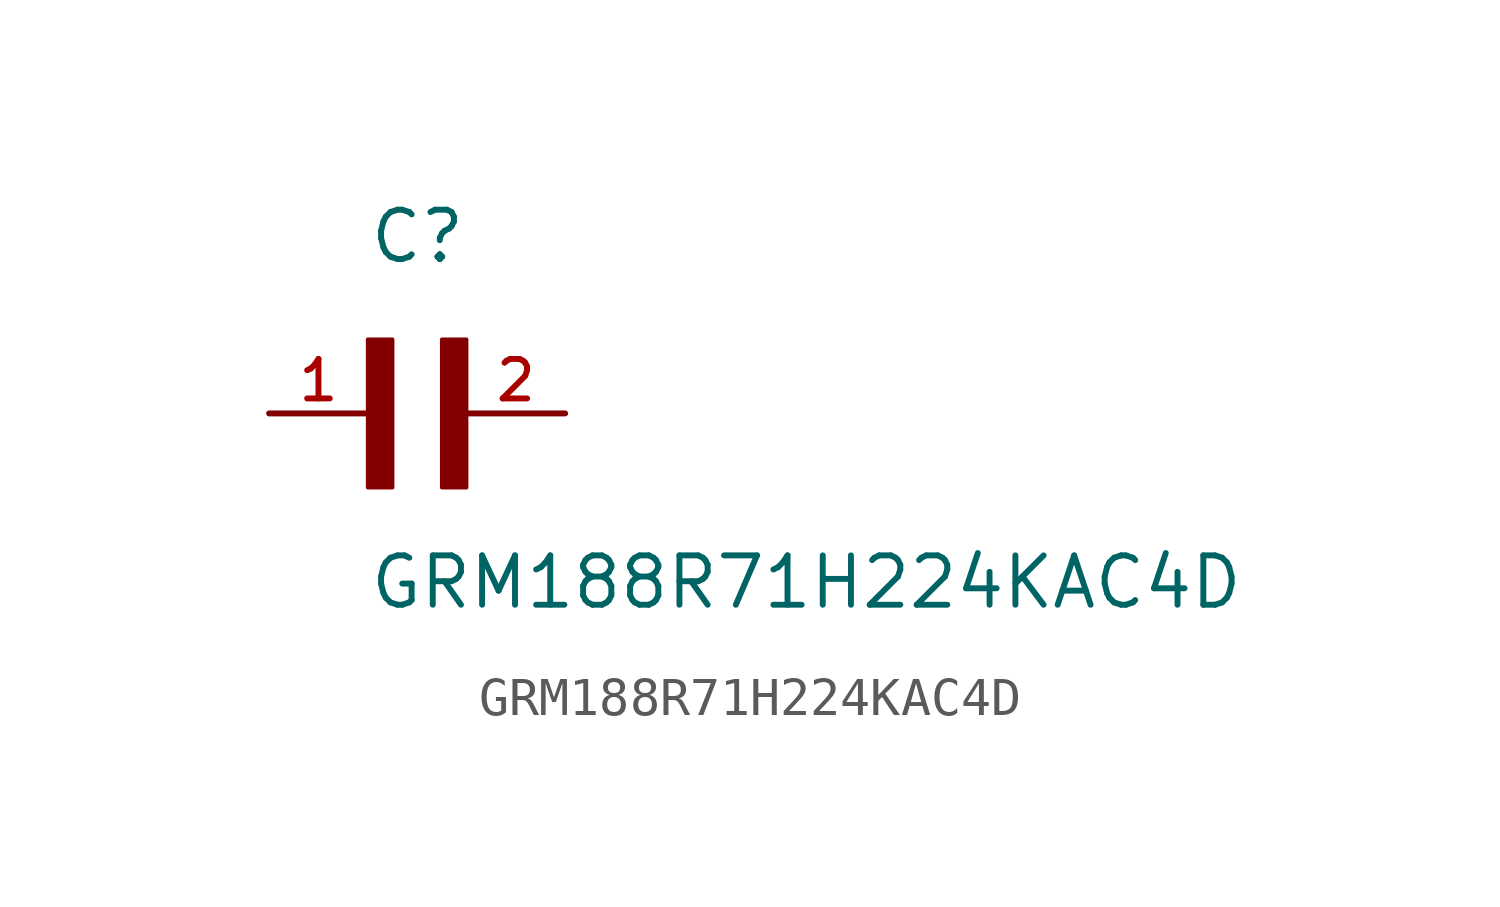
<source format=kicad_sym>
(kicad_symbol_lib
  (version 20211014)
  (generator kicad_symbol_editor)
  (symbol "GRM188R71H224KAC4D"
    (pin_names
      (offset 1.016))
    (property "Reference" "C"
      (at 0.0 3.811 0)
      (effects (font (size 1.27 1.27)) (justify bottom left)))
    (property "Value" "GRM188R71H224KAC4D"
      (at 0.0 -5.088 0)
      (effects (font (size 1.27 1.27)) (justify bottom left)))
    (symbol "GRM188R71H224KAC4D_0_0"
      (rectangle (start 0.0 -1.907) (end 0.635 1.905) (stroke (width 0.1)) (fill (type outline)))
      (rectangle (start 1.907 -1.907) (end 2.54 1.905) (stroke (width 0.1)) (fill (type outline)))
      (pin passive line (at 5.08 0.0 180.0) (length 2.54) (name "~" (effects (font (size 1.016 1.016)))) (number "2" (effects (font (size 1.016 1.016)))))
      (pin passive line (at -2.54 0.0 0) (length 2.54) (name "~" (effects (font (size 1.016 1.016)))) (number "1" (effects (font (size 1.016 1.016))))))))
</source>
